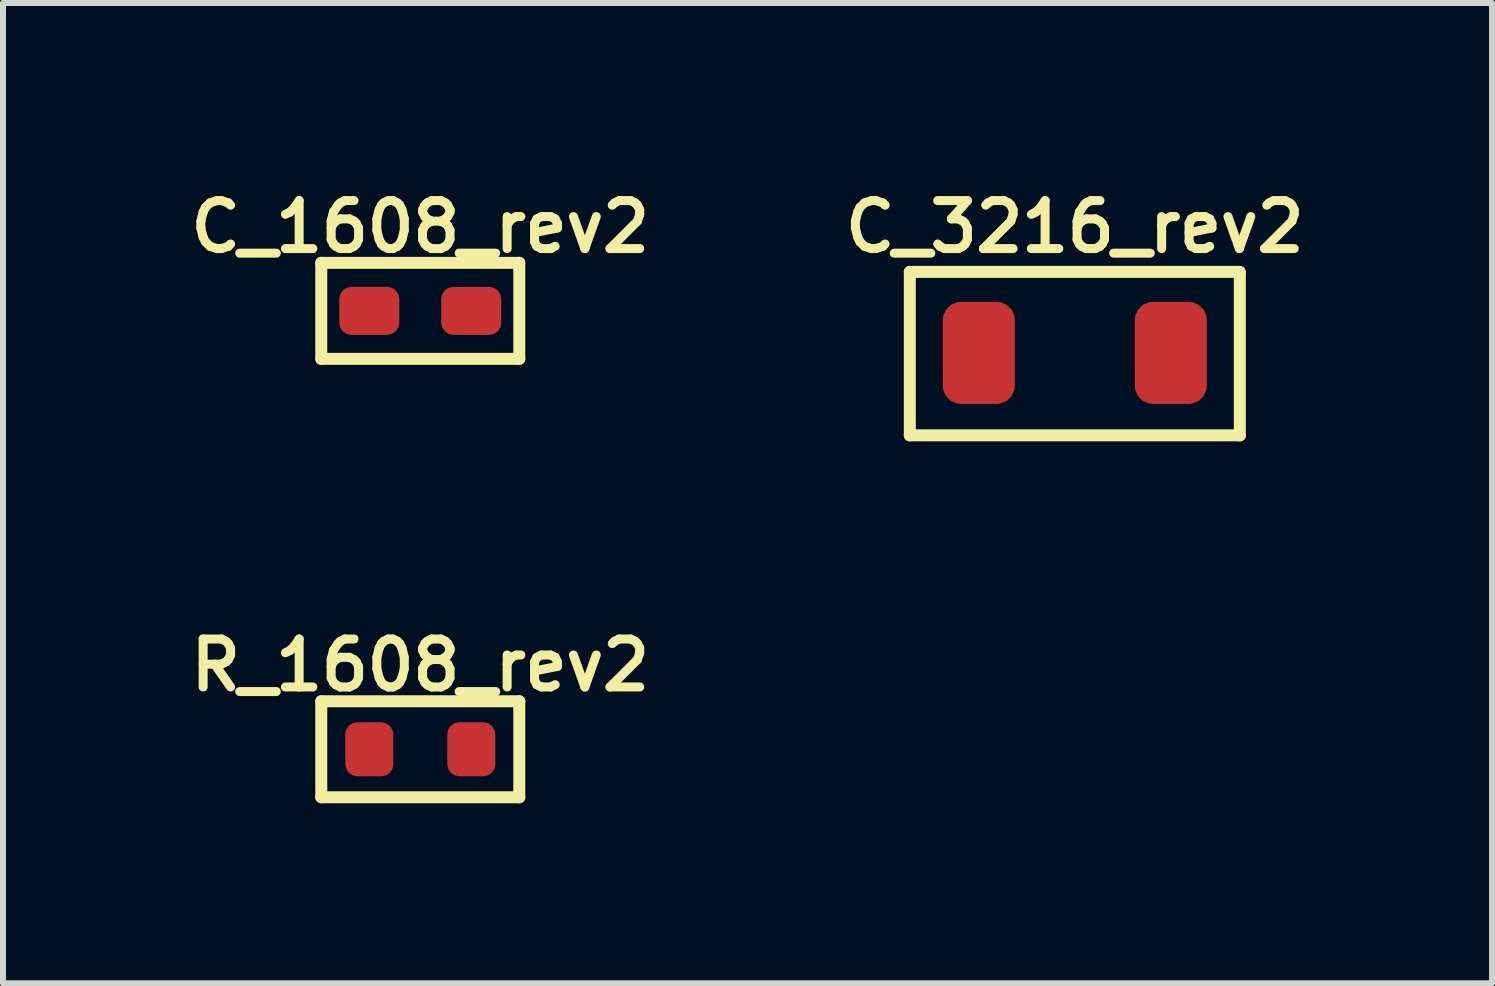
<source format=kicad_pcb>
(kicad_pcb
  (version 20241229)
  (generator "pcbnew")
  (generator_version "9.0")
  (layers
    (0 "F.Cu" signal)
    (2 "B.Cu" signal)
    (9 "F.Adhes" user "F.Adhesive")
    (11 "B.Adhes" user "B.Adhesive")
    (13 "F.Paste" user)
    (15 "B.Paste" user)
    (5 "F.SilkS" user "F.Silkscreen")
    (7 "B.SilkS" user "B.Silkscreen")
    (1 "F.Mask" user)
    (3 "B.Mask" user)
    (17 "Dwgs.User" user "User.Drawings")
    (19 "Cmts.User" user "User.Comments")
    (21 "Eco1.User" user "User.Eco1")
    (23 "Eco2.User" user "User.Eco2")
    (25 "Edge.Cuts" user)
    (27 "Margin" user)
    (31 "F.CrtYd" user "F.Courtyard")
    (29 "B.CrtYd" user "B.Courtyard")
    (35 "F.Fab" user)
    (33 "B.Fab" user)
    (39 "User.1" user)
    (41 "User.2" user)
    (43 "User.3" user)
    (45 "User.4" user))
  (footprint "C_3216_rev2"
    (layer "F.Cu")
    (at 14.864 2.831)
    (property "Reference" "C_3216_rev2" (at 0 -2.1 0) (layer "F.SilkS") (effects (font (size 0.8 0.8) (thickness 0.15))))
    (attr smd)
    (fp_line (start -2.75 -1.35) (end -2.75 1.375) (stroke (width 0.2) (type solid)) (layer "F.SilkS"))
    (fp_line (start -2.75 -1.35) (end 2.75 -1.35) (stroke (width 0.2) (type solid)) (layer "F.SilkS"))
    (fp_line (start 2.75 1.375) (end -2.75 1.375) (stroke (width 0.2) (type solid)) (layer "F.SilkS"))
    (fp_line (start 2.75 1.375) (end 2.75 -1.325) (stroke (width 0.2) (type solid)) (layer "F.SilkS"))
    (pad "1" smd roundrect (at -1.5 0) (size 1.2 1.7) (drill (offset -0.1 0)) (layers "F.Cu" "F.Mask" "F.Paste") (roundrect_rratio 0.25))
    (pad "2" smd roundrect (at 1.5 0) (size 1.2 1.7) (drill (offset 0.1 0)) (layers "F.Cu" "F.Mask" "F.Paste") (roundrect_rratio 0.25)))
  (footprint "C_1608_rev2"
    (layer "F.Cu")
    (at 3.955 2.131)
    (property "Reference" "C_1608_rev2" (at 0 -1.4 0) (layer "F.SilkS") (effects (font (size 0.8 0.8) (thickness 0.15))))
    (attr through_hole)
    (fp_line (start -1.65 -0.8) (end 1.65 -0.8) (stroke (width 0.2) (type solid)) (layer "F.SilkS"))
    (fp_line (start -1.65 0.8) (end -1.65 -0.8) (stroke (width 0.2) (type solid)) (layer "F.SilkS"))
    (fp_line (start 1.65 -0.8) (end 1.65 0.8) (stroke (width 0.2) (type solid)) (layer "F.SilkS"))
    (fp_line (start 1.65 0.8) (end -1.65 0.8) (stroke (width 0.2) (type solid)) (layer "F.SilkS"))
    (pad "1" smd roundrect (at -0.85 0) (size 1 0.8) (layers "F.Cu" "F.Mask" "F.Paste") (roundrect_rratio 0.25))
    (pad "2" smd roundrect (at 0.85 0) (size 1 0.8) (layers "F.Cu" "F.Mask" "F.Paste") (roundrect_rratio 0.25)))
  (footprint "R_1608_rev2"
    (layer "F.Cu")
    (at 3.955 9.438)
    (property "Reference" "R_1608_rev2" (at 0 -1.4 180) (layer "F.SilkS") (effects (font (size 0.8 0.8) (thickness 0.15))))
    (attr through_hole)
    (fp_line (start -1.65 -0.8) (end 1.65 -0.8) (stroke (width 0.2) (type solid)) (layer "F.SilkS"))
    (fp_line (start -1.65 0.8) (end -1.65 -0.8) (stroke (width 0.2) (type solid)) (layer "F.SilkS"))
    (fp_line (start 1.65 -0.8) (end 1.65 0.8) (stroke (width 0.2) (type solid)) (layer "F.SilkS"))
    (fp_line (start 1.65 0.8) (end -1.65 0.8) (stroke (width 0.2) (type solid)) (layer "F.SilkS"))
    (pad "1" smd roundrect (at -0.85 0) (size 0.8 0.9) (layers "F.Cu" "F.Mask" "F.Paste") (roundrect_rratio 0.25))
    (pad "2" smd roundrect (at 0.85 0) (size 0.8 0.9) (layers "F.Cu" "F.Mask" "F.Paste") (roundrect_rratio 0.25)))
  (gr_rect
    (start -3 -3)
    (end 21.818 13.338)
    (stroke (width 0.1) (type default))
    (fill no)
    (layer "Edge.Cuts")))
</source>
